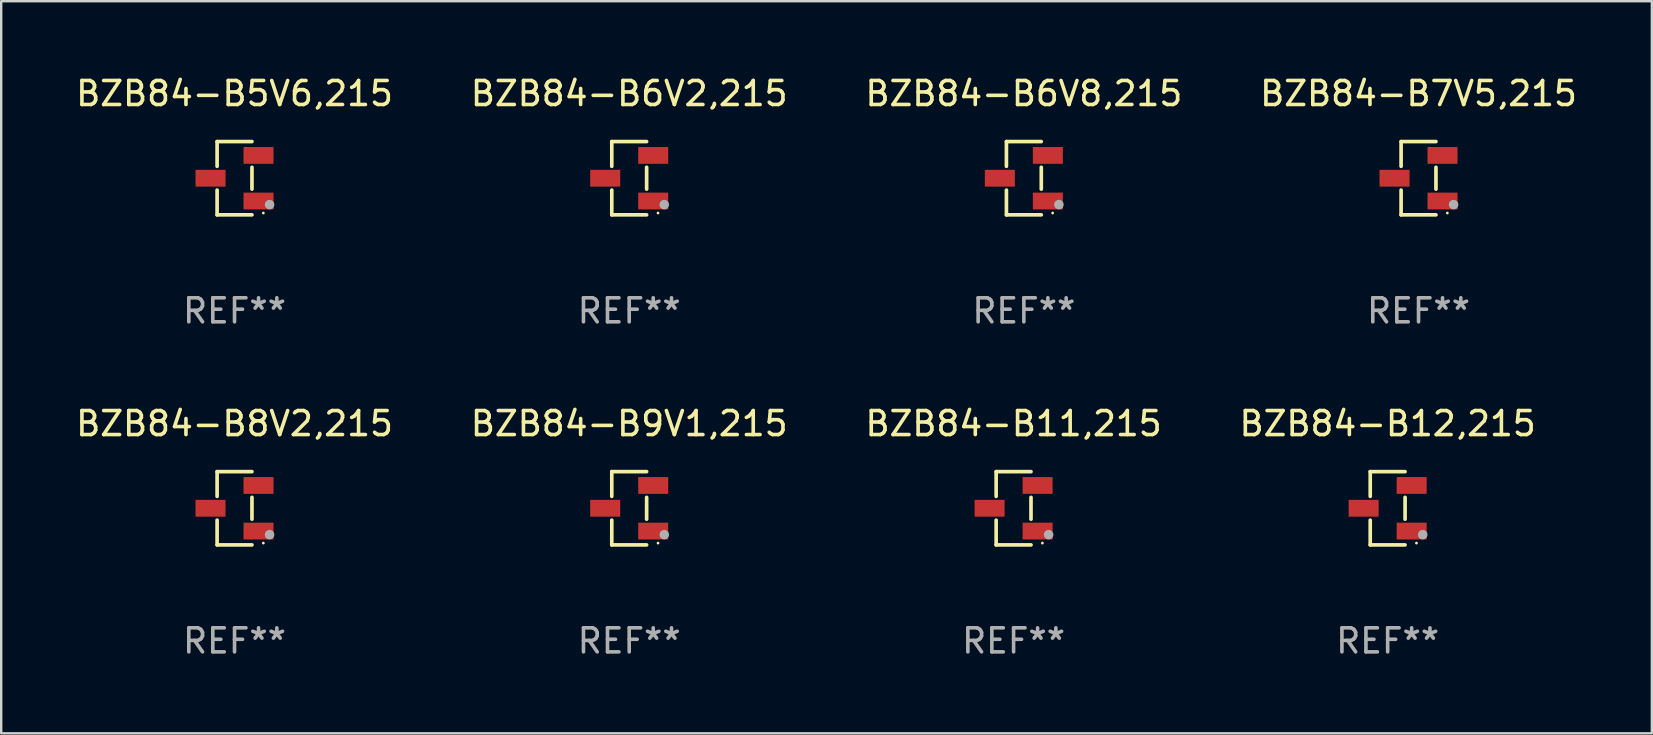
<source format=kicad_pcb>
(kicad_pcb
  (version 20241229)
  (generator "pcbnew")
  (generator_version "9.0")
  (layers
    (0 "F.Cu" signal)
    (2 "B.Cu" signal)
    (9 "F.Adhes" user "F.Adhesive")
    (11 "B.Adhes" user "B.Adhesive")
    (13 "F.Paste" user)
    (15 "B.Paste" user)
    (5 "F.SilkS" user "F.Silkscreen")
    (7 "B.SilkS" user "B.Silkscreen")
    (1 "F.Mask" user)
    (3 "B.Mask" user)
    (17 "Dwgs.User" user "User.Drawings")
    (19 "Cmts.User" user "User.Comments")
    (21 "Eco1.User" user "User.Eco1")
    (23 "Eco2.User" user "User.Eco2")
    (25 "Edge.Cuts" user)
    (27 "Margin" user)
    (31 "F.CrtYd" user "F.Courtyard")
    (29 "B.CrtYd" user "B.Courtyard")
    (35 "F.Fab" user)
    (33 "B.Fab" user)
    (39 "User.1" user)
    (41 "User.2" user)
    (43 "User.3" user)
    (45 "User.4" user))
  (footprint "BZB84-B8V2,215"
    (layer "F.Cu")
    (at 6.72 18.123)
    (property "Reference" "BZB84-B8V2,215" (at 0 -3.526 0) (layer "F.SilkS") (effects (font (size 1 1) (thickness 0.15))))
    (attr through_hole)
    (fp_line (start -0.726 -1.526) (end -0.726 -0.495) (stroke (width 0.152) (type solid)) (layer "F.SilkS"))
    (fp_line (start -0.726 1.526) (end -0.726 0.495) (stroke (width 0.152) (type solid)) (layer "F.SilkS"))
    (fp_line (start 0.726 -1.526) (end -0.726 -1.526) (stroke (width 0.152) (type solid)) (layer "F.SilkS"))
    (fp_line (start 0.726 -0.455) (end 0.726 0.455) (stroke (width 0.152) (type solid)) (layer "F.SilkS"))
    (fp_line (start 0.726 1.526) (end -0.726 1.526) (stroke (width 0.152) (type solid)) (layer "F.SilkS"))
    (fp_circle (center 1.2 1.45) (end 1.23 1.45) (stroke (width 0.06) (type solid)) (fill no) (layer "F.SilkS"))
    (fp_circle (center 1.46 1.1) (end 1.56 1.1) (stroke (width 0.2) (type solid)) (fill no) (layer "F.Fab"))
    (fp_text user "REF**" (at 0 5.526 0) (layer "F.Fab") (effects (font (size 1 1) (thickness 0.15))))
    (pad "1" smd rect (at 1 0.95) (size 1.25 0.7) (layers "F.Cu" "F.Mask" "F.Paste"))
    (pad "2" smd rect (at 1 -0.95) (size 1.25 0.7) (layers "F.Cu" "F.Mask" "F.Paste"))
    (pad "3" smd rect (at -1 0) (size 1.25 0.7) (layers "F.Cu" "F.Mask" "F.Paste")))
  (footprint "BZB84-B9V1,215"
    (layer "F.Cu")
    (at 23.161 18.123)
    (property "Reference" "BZB84-B9V1,215" (at 0 -3.526 0) (layer "F.SilkS") (effects (font (size 1 1) (thickness 0.15))))
    (attr through_hole)
    (fp_line (start -0.726 -1.526) (end -0.726 -0.495) (stroke (width 0.152) (type solid)) (layer "F.SilkS"))
    (fp_line (start -0.726 1.526) (end -0.726 0.495) (stroke (width 0.152) (type solid)) (layer "F.SilkS"))
    (fp_line (start 0.726 -1.526) (end -0.726 -1.526) (stroke (width 0.152) (type solid)) (layer "F.SilkS"))
    (fp_line (start 0.726 -0.455) (end 0.726 0.455) (stroke (width 0.152) (type solid)) (layer "F.SilkS"))
    (fp_line (start 0.726 1.526) (end -0.726 1.526) (stroke (width 0.152) (type solid)) (layer "F.SilkS"))
    (fp_circle (center 1.2 1.45) (end 1.23 1.45) (stroke (width 0.06) (type solid)) (fill no) (layer "F.SilkS"))
    (fp_circle (center 1.46 1.1) (end 1.56 1.1) (stroke (width 0.2) (type solid)) (fill no) (layer "F.Fab"))
    (fp_text user "REF**" (at 0 5.526 0) (layer "F.Fab") (effects (font (size 1 1) (thickness 0.15))))
    (pad "1" smd rect (at 1 0.95) (size 1.25 0.7) (layers "F.Cu" "F.Mask" "F.Paste"))
    (pad "2" smd rect (at 1 -0.95) (size 1.25 0.7) (layers "F.Cu" "F.Mask" "F.Paste"))
    (pad "3" smd rect (at -1 0) (size 1.25 0.7) (layers "F.Cu" "F.Mask" "F.Paste")))
  (footprint "BZB84-B6V8,215"
    (layer "F.Cu")
    (at 39.601 4.374)
    (property "Reference" "BZB84-B6V8,215" (at 0 -3.526 0) (layer "F.SilkS") (effects (font (size 1 1) (thickness 0.15))))
    (attr through_hole)
    (fp_line (start -0.726 -1.526) (end -0.726 -0.495) (stroke (width 0.152) (type solid)) (layer "F.SilkS"))
    (fp_line (start -0.726 1.526) (end -0.726 0.495) (stroke (width 0.152) (type solid)) (layer "F.SilkS"))
    (fp_line (start 0.726 -1.526) (end -0.726 -1.526) (stroke (width 0.152) (type solid)) (layer "F.SilkS"))
    (fp_line (start 0.726 -0.455) (end 0.726 0.455) (stroke (width 0.152) (type solid)) (layer "F.SilkS"))
    (fp_line (start 0.726 1.526) (end -0.726 1.526) (stroke (width 0.152) (type solid)) (layer "F.SilkS"))
    (fp_circle (center 1.2 1.45) (end 1.23 1.45) (stroke (width 0.06) (type solid)) (fill no) (layer "F.SilkS"))
    (fp_circle (center 1.46 1.1) (end 1.56 1.1) (stroke (width 0.2) (type solid)) (fill no) (layer "F.Fab"))
    (fp_text user "REF**" (at 0 5.526 0) (layer "F.Fab") (effects (font (size 1 1) (thickness 0.15))))
    (pad "1" smd rect (at 1 0.95) (size 1.25 0.7) (layers "F.Cu" "F.Mask" "F.Paste"))
    (pad "2" smd rect (at 1 -0.95) (size 1.25 0.7) (layers "F.Cu" "F.Mask" "F.Paste"))
    (pad "3" smd rect (at -1 0) (size 1.25 0.7) (layers "F.Cu" "F.Mask" "F.Paste")))
  (footprint "BZB84-B5V6,215"
    (layer "F.Cu")
    (at 6.72 4.374)
    (property "Reference" "BZB84-B5V6,215" (at 0 -3.526 0) (layer "F.SilkS") (effects (font (size 1 1) (thickness 0.15))))
    (attr through_hole)
    (fp_line (start -0.726 -1.526) (end -0.726 -0.495) (stroke (width 0.152) (type solid)) (layer "F.SilkS"))
    (fp_line (start -0.726 1.526) (end -0.726 0.495) (stroke (width 0.152) (type solid)) (layer "F.SilkS"))
    (fp_line (start 0.726 -1.526) (end -0.726 -1.526) (stroke (width 0.152) (type solid)) (layer "F.SilkS"))
    (fp_line (start 0.726 -0.455) (end 0.726 0.455) (stroke (width 0.152) (type solid)) (layer "F.SilkS"))
    (fp_line (start 0.726 1.526) (end -0.726 1.526) (stroke (width 0.152) (type solid)) (layer "F.SilkS"))
    (fp_circle (center 1.2 1.45) (end 1.23 1.45) (stroke (width 0.06) (type solid)) (fill no) (layer "F.SilkS"))
    (fp_circle (center 1.46 1.1) (end 1.56 1.1) (stroke (width 0.2) (type solid)) (fill no) (layer "F.Fab"))
    (fp_text user "REF**" (at 0 5.526 0) (layer "F.Fab") (effects (font (size 1 1) (thickness 0.15))))
    (pad "1" smd rect (at 1 0.95) (size 1.25 0.7) (layers "F.Cu" "F.Mask" "F.Paste"))
    (pad "2" smd rect (at 1 -0.95) (size 1.25 0.7) (layers "F.Cu" "F.Mask" "F.Paste"))
    (pad "3" smd rect (at -1 0) (size 1.25 0.7) (layers "F.Cu" "F.Mask" "F.Paste")))
  (footprint "BZB84-B11,215"
    (layer "F.Cu")
    (at 39.173 18.123)
    (property "Reference" "BZB84-B11,215" (at 0 -3.526 0) (layer "F.SilkS") (effects (font (size 1 1) (thickness 0.15))))
    (attr through_hole)
    (fp_line (start -0.726 -1.526) (end -0.726 -0.495) (stroke (width 0.152) (type solid)) (layer "F.SilkS"))
    (fp_line (start -0.726 1.526) (end -0.726 0.495) (stroke (width 0.152) (type solid)) (layer "F.SilkS"))
    (fp_line (start 0.726 -1.526) (end -0.726 -1.526) (stroke (width 0.152) (type solid)) (layer "F.SilkS"))
    (fp_line (start 0.726 -0.455) (end 0.726 0.455) (stroke (width 0.152) (type solid)) (layer "F.SilkS"))
    (fp_line (start 0.726 1.526) (end -0.726 1.526) (stroke (width 0.152) (type solid)) (layer "F.SilkS"))
    (fp_circle (center 1.2 1.45) (end 1.23 1.45) (stroke (width 0.06) (type solid)) (fill no) (layer "F.SilkS"))
    (fp_circle (center 1.46 1.1) (end 1.56 1.1) (stroke (width 0.2) (type solid)) (fill no) (layer "F.Fab"))
    (fp_text user "REF**" (at 0 5.526 0) (layer "F.Fab") (effects (font (size 1 1) (thickness 0.15))))
    (pad "1" smd rect (at 1 0.95) (size 1.25 0.7) (layers "F.Cu" "F.Mask" "F.Paste"))
    (pad "2" smd rect (at 1 -0.95) (size 1.25 0.7) (layers "F.Cu" "F.Mask" "F.Paste"))
    (pad "3" smd rect (at -1 0) (size 1.25 0.7) (layers "F.Cu" "F.Mask" "F.Paste")))
  (footprint "BZB84-B7V5,215"
    (layer "F.Cu")
    (at 56.042 4.374)
    (property "Reference" "BZB84-B7V5,215" (at 0 -3.526 0) (layer "F.SilkS") (effects (font (size 1 1) (thickness 0.15))))
    (attr through_hole)
    (fp_line (start -0.726 -1.526) (end -0.726 -0.495) (stroke (width 0.152) (type solid)) (layer "F.SilkS"))
    (fp_line (start -0.726 1.526) (end -0.726 0.495) (stroke (width 0.152) (type solid)) (layer "F.SilkS"))
    (fp_line (start 0.726 -1.526) (end -0.726 -1.526) (stroke (width 0.152) (type solid)) (layer "F.SilkS"))
    (fp_line (start 0.726 -0.455) (end 0.726 0.455) (stroke (width 0.152) (type solid)) (layer "F.SilkS"))
    (fp_line (start 0.726 1.526) (end -0.726 1.526) (stroke (width 0.152) (type solid)) (layer "F.SilkS"))
    (fp_circle (center 1.2 1.45) (end 1.23 1.45) (stroke (width 0.06) (type solid)) (fill no) (layer "F.SilkS"))
    (fp_circle (center 1.46 1.1) (end 1.56 1.1) (stroke (width 0.2) (type solid)) (fill no) (layer "F.Fab"))
    (fp_text user "REF**" (at 0 5.526 0) (layer "F.Fab") (effects (font (size 1 1) (thickness 0.15))))
    (pad "1" smd rect (at 1 0.95) (size 1.25 0.7) (layers "F.Cu" "F.Mask" "F.Paste"))
    (pad "2" smd rect (at 1 -0.95) (size 1.25 0.7) (layers "F.Cu" "F.Mask" "F.Paste"))
    (pad "3" smd rect (at -1 0) (size 1.25 0.7) (layers "F.Cu" "F.Mask" "F.Paste")))
  (footprint "BZB84-B6V2,215"
    (layer "F.Cu")
    (at 23.161 4.374)
    (property "Reference" "BZB84-B6V2,215" (at 0 -3.526 0) (layer "F.SilkS") (effects (font (size 1 1) (thickness 0.15))))
    (attr through_hole)
    (fp_line (start -0.726 -1.526) (end -0.726 -0.495) (stroke (width 0.152) (type solid)) (layer "F.SilkS"))
    (fp_line (start -0.726 1.526) (end -0.726 0.495) (stroke (width 0.152) (type solid)) (layer "F.SilkS"))
    (fp_line (start 0.726 -1.526) (end -0.726 -1.526) (stroke (width 0.152) (type solid)) (layer "F.SilkS"))
    (fp_line (start 0.726 -0.455) (end 0.726 0.455) (stroke (width 0.152) (type solid)) (layer "F.SilkS"))
    (fp_line (start 0.726 1.526) (end -0.726 1.526) (stroke (width 0.152) (type solid)) (layer "F.SilkS"))
    (fp_circle (center 1.2 1.45) (end 1.23 1.45) (stroke (width 0.06) (type solid)) (fill no) (layer "F.SilkS"))
    (fp_circle (center 1.46 1.1) (end 1.56 1.1) (stroke (width 0.2) (type solid)) (fill no) (layer "F.Fab"))
    (fp_text user "REF**" (at 0 5.526 0) (layer "F.Fab") (effects (font (size 1 1) (thickness 0.15))))
    (pad "1" smd rect (at 1 0.95) (size 1.25 0.7) (layers "F.Cu" "F.Mask" "F.Paste"))
    (pad "2" smd rect (at 1 -0.95) (size 1.25 0.7) (layers "F.Cu" "F.Mask" "F.Paste"))
    (pad "3" smd rect (at -1 0) (size 1.25 0.7) (layers "F.Cu" "F.Mask" "F.Paste")))
  (footprint "BZB84-B12,215"
    (layer "F.Cu")
    (at 54.756 18.123)
    (property "Reference" "BZB84-B12,215" (at 0 -3.526 0) (layer "F.SilkS") (effects (font (size 1 1) (thickness 0.15))))
    (attr through_hole)
    (fp_line (start -0.726 -1.526) (end -0.726 -0.495) (stroke (width 0.152) (type solid)) (layer "F.SilkS"))
    (fp_line (start -0.726 1.526) (end -0.726 0.495) (stroke (width 0.152) (type solid)) (layer "F.SilkS"))
    (fp_line (start 0.726 -1.526) (end -0.726 -1.526) (stroke (width 0.152) (type solid)) (layer "F.SilkS"))
    (fp_line (start 0.726 -0.455) (end 0.726 0.455) (stroke (width 0.152) (type solid)) (layer "F.SilkS"))
    (fp_line (start 0.726 1.526) (end -0.726 1.526) (stroke (width 0.152) (type solid)) (layer "F.SilkS"))
    (fp_circle (center 1.2 1.45) (end 1.23 1.45) (stroke (width 0.06) (type solid)) (fill no) (layer "F.SilkS"))
    (fp_circle (center 1.46 1.1) (end 1.56 1.1) (stroke (width 0.2) (type solid)) (fill no) (layer "F.Fab"))
    (fp_text user "REF**" (at 0 5.526 0) (layer "F.Fab") (effects (font (size 1 1) (thickness 0.15))))
    (pad "1" smd rect (at 1 0.95) (size 1.25 0.7) (layers "F.Cu" "F.Mask" "F.Paste"))
    (pad "2" smd rect (at 1 -0.95) (size 1.25 0.7) (layers "F.Cu" "F.Mask" "F.Paste"))
    (pad "3" smd rect (at -1 0) (size 1.25 0.7) (layers "F.Cu" "F.Mask" "F.Paste")))
  (gr_rect
    (start -3 -3)
    (end 65.762 27.498)
    (stroke (width 0.1) (type default))
    (fill no)
    (layer "Edge.Cuts")))
</source>
